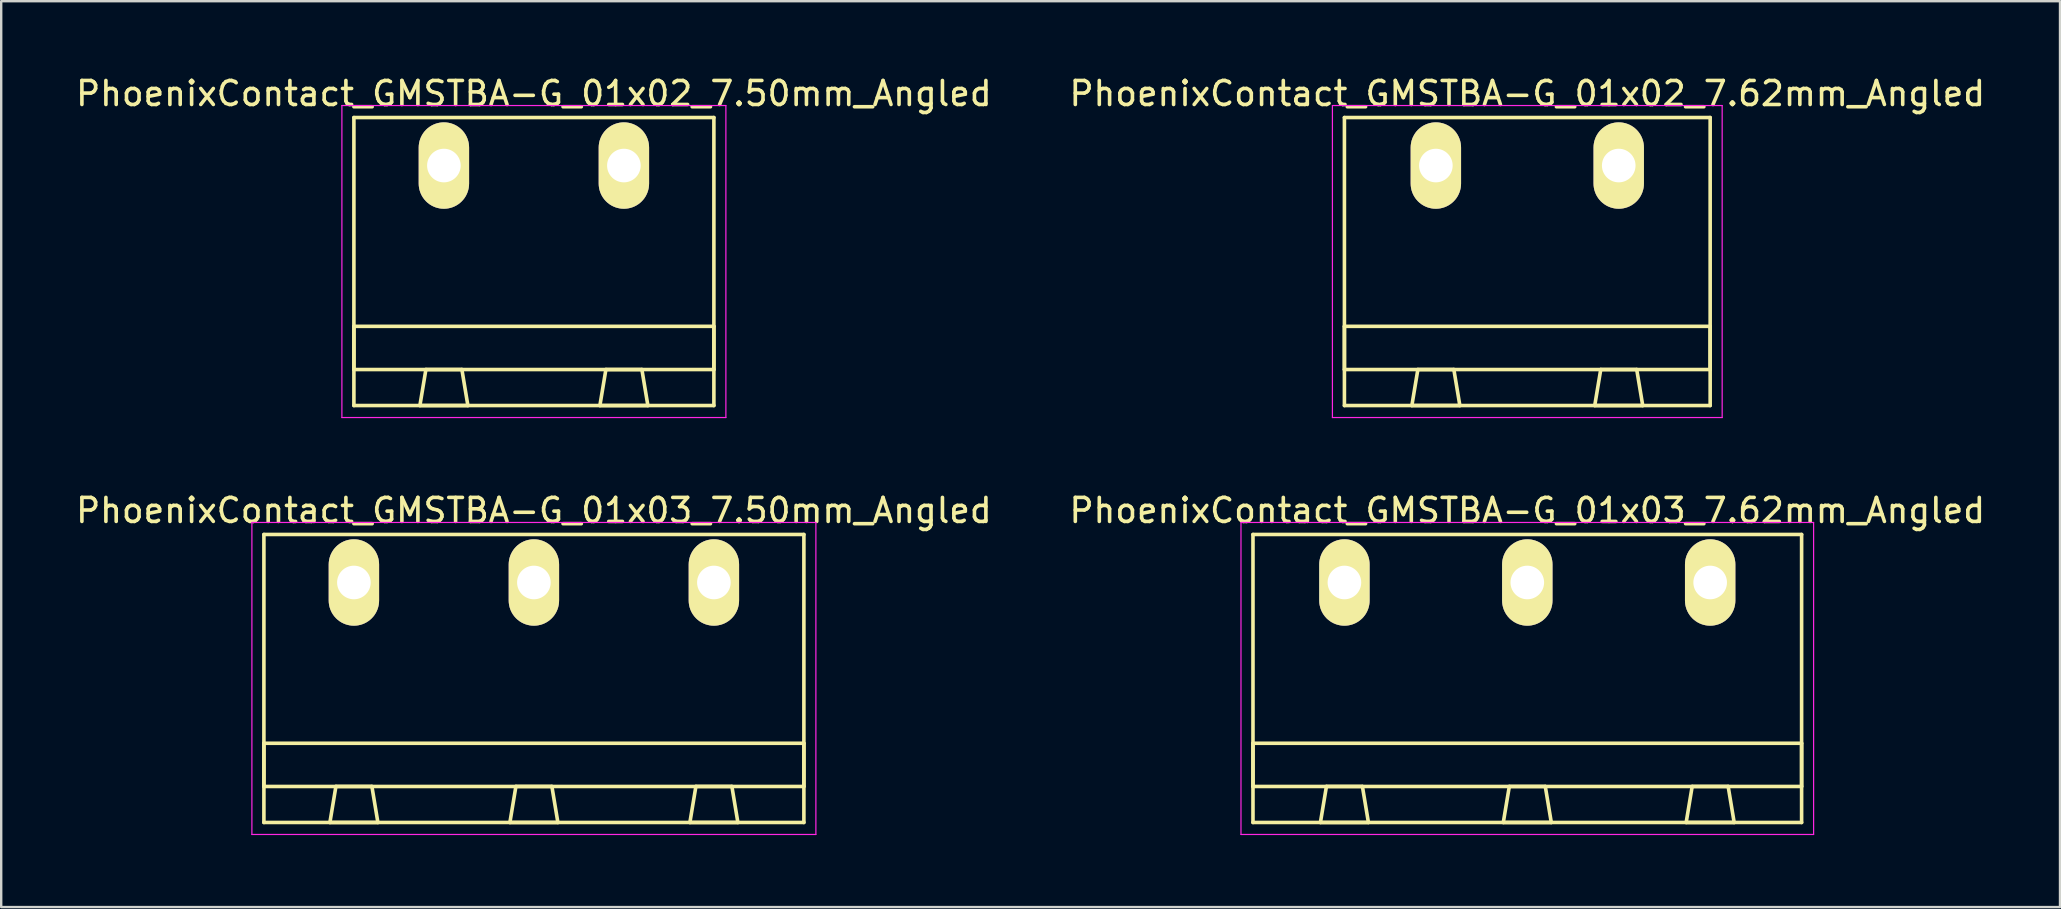
<source format=kicad_pcb>
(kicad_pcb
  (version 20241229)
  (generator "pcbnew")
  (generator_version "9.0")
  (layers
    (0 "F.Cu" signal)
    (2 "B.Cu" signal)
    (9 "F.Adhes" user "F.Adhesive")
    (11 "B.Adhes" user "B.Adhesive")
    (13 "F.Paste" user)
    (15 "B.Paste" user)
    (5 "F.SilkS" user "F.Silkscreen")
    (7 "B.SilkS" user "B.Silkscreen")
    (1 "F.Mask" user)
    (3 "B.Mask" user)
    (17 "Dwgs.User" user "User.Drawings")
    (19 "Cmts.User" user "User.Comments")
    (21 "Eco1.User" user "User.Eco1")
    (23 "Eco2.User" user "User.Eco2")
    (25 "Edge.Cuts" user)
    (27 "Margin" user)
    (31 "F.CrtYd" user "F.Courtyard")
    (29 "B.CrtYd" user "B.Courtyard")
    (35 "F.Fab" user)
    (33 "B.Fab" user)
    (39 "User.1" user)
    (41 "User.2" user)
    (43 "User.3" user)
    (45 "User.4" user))
  (footprint "PhoenixContact_GMSTBA-G_01x02_7.50mm_Angled"
    (layer "F.Cu")
    (at 15.446 3.848)
    (property "Reference" "PhoenixContact_GMSTBA-G_01x02_7.50mm_Angled" (at 3.75 -3 0) (layer "F.SilkS") (effects (font (size 1 1) (thickness 0.15))))
    (attr through_hole)
    (fp_line (start -3.75 -2) (end -3.75 10) (stroke (width 0.15) (type solid)) (layer "F.SilkS"))
    (fp_line (start -3.75 6.7) (end 11.25 6.7) (stroke (width 0.15) (type solid)) (layer "F.SilkS"))
    (fp_line (start -3.75 8.5) (end -3.75 6.7) (stroke (width 0.15) (type solid)) (layer "F.SilkS"))
    (fp_line (start -3.75 10) (end 11.25 10) (stroke (width 0.15) (type solid)) (layer "F.SilkS"))
    (fp_line (start -1 10) (end 1 10) (stroke (width 0.15) (type solid)) (layer "F.SilkS"))
    (fp_line (start -0.75 8.5) (end -1 10) (stroke (width 0.15) (type solid)) (layer "F.SilkS"))
    (fp_line (start 0.75 8.5) (end -0.75 8.5) (stroke (width 0.15) (type solid)) (layer "F.SilkS"))
    (fp_line (start 1 10) (end 0.75 8.5) (stroke (width 0.15) (type solid)) (layer "F.SilkS"))
    (fp_line (start 6.5 10) (end 8.5 10) (stroke (width 0.15) (type solid)) (layer "F.SilkS"))
    (fp_line (start 6.75 8.5) (end 6.5 10) (stroke (width 0.15) (type solid)) (layer "F.SilkS"))
    (fp_line (start 8.25 8.5) (end 6.75 8.5) (stroke (width 0.15) (type solid)) (layer "F.SilkS"))
    (fp_line (start 8.5 10) (end 8.25 8.5) (stroke (width 0.15) (type solid)) (layer "F.SilkS"))
    (fp_line (start 11.25 -2) (end -3.75 -2) (stroke (width 0.15) (type solid)) (layer "F.SilkS"))
    (fp_line (start 11.25 6.7) (end 11.25 8.5) (stroke (width 0.15) (type solid)) (layer "F.SilkS"))
    (fp_line (start 11.25 8.5) (end -3.75 8.5) (stroke (width 0.15) (type solid)) (layer "F.SilkS"))
    (fp_line (start 11.25 10) (end 11.25 -2) (stroke (width 0.15) (type solid)) (layer "F.SilkS"))
    (fp_line (start -4.25 -2.5) (end -4.25 10.5) (stroke (width 0.05) (type solid)) (layer "F.CrtYd"))
    (fp_line (start -4.25 10.5) (end 11.75 10.5) (stroke (width 0.05) (type solid)) (layer "F.CrtYd"))
    (fp_line (start 11.75 -2.5) (end -4.25 -2.5) (stroke (width 0.05) (type solid)) (layer "F.CrtYd"))
    (fp_line (start 11.75 10.5) (end 11.75 -2.5) (stroke (width 0.05) (type solid)) (layer "F.CrtYd"))
    (pad "1" thru_hole oval (at 0 0) (size 2.1 3.6) (drill 1.4) (layers "*.Cu" "*.Mask" "F.SilkS"))
    (pad "2" thru_hole oval (at 7.5 0) (size 2.1 3.6) (drill 1.4) (layers "*.Cu" "*.Mask" "F.SilkS")))
  (footprint "PhoenixContact_GMSTBA-G_01x03_7.62mm_Angled"
    (layer "F.Cu")
    (at 52.969 21.221)
    (property "Reference" "PhoenixContact_GMSTBA-G_01x03_7.62mm_Angled" (at 7.62 -3 0) (layer "F.SilkS") (effects (font (size 1 1) (thickness 0.15))))
    (attr through_hole)
    (fp_line (start -3.81 -2) (end -3.81 10) (stroke (width 0.15) (type solid)) (layer "F.SilkS"))
    (fp_line (start -3.81 6.7) (end 19.05 6.7) (stroke (width 0.15) (type solid)) (layer "F.SilkS"))
    (fp_line (start -3.81 8.5) (end -3.81 6.7) (stroke (width 0.15) (type solid)) (layer "F.SilkS"))
    (fp_line (start -3.81 10) (end 19.05 10) (stroke (width 0.15) (type solid)) (layer "F.SilkS"))
    (fp_line (start -1 10) (end 1 10) (stroke (width 0.15) (type solid)) (layer "F.SilkS"))
    (fp_line (start -0.75 8.5) (end -1 10) (stroke (width 0.15) (type solid)) (layer "F.SilkS"))
    (fp_line (start 0.75 8.5) (end -0.75 8.5) (stroke (width 0.15) (type solid)) (layer "F.SilkS"))
    (fp_line (start 1 10) (end 0.75 8.5) (stroke (width 0.15) (type solid)) (layer "F.SilkS"))
    (fp_line (start 6.62 10) (end 8.62 10) (stroke (width 0.15) (type solid)) (layer "F.SilkS"))
    (fp_line (start 6.87 8.5) (end 6.62 10) (stroke (width 0.15) (type solid)) (layer "F.SilkS"))
    (fp_line (start 8.37 8.5) (end 6.87 8.5) (stroke (width 0.15) (type solid)) (layer "F.SilkS"))
    (fp_line (start 8.62 10) (end 8.37 8.5) (stroke (width 0.15) (type solid)) (layer "F.SilkS"))
    (fp_line (start 14.24 10) (end 16.24 10) (stroke (width 0.15) (type solid)) (layer "F.SilkS"))
    (fp_line (start 14.49 8.5) (end 14.24 10) (stroke (width 0.15) (type solid)) (layer "F.SilkS"))
    (fp_line (start 15.99 8.5) (end 14.49 8.5) (stroke (width 0.15) (type solid)) (layer "F.SilkS"))
    (fp_line (start 16.24 10) (end 15.99 8.5) (stroke (width 0.15) (type solid)) (layer "F.SilkS"))
    (fp_line (start 19.05 -2) (end -3.81 -2) (stroke (width 0.15) (type solid)) (layer "F.SilkS"))
    (fp_line (start 19.05 6.7) (end 19.05 8.5) (stroke (width 0.15) (type solid)) (layer "F.SilkS"))
    (fp_line (start 19.05 8.5) (end -3.81 8.5) (stroke (width 0.15) (type solid)) (layer "F.SilkS"))
    (fp_line (start 19.05 10) (end 19.05 -2) (stroke (width 0.15) (type solid)) (layer "F.SilkS"))
    (fp_line (start -4.31 -2.5) (end -4.31 10.5) (stroke (width 0.05) (type solid)) (layer "F.CrtYd"))
    (fp_line (start -4.31 10.5) (end 19.55 10.5) (stroke (width 0.05) (type solid)) (layer "F.CrtYd"))
    (fp_line (start 19.55 -2.5) (end -4.31 -2.5) (stroke (width 0.05) (type solid)) (layer "F.CrtYd"))
    (fp_line (start 19.55 10.5) (end 19.55 -2.5) (stroke (width 0.05) (type solid)) (layer "F.CrtYd"))
    (pad "1" thru_hole oval (at 0 0) (size 2.1 3.6) (drill 1.4) (layers "*.Cu" "*.Mask" "F.SilkS"))
    (pad "2" thru_hole oval (at 7.62 0) (size 2.1 3.6) (drill 1.4) (layers "*.Cu" "*.Mask" "F.SilkS"))
    (pad "3" thru_hole oval (at 15.24 0) (size 2.1 3.6) (drill 1.4) (layers "*.Cu" "*.Mask" "F.SilkS")))
  (footprint "PhoenixContact_GMSTBA-G_01x02_7.62mm_Angled"
    (layer "F.Cu")
    (at 56.779 3.848)
    (property "Reference" "PhoenixContact_GMSTBA-G_01x02_7.62mm_Angled" (at 3.81 -3 0) (layer "F.SilkS") (effects (font (size 1 1) (thickness 0.15))))
    (attr through_hole)
    (fp_line (start -3.81 -2) (end -3.81 10) (stroke (width 0.15) (type solid)) (layer "F.SilkS"))
    (fp_line (start -3.81 6.7) (end 11.43 6.7) (stroke (width 0.15) (type solid)) (layer "F.SilkS"))
    (fp_line (start -3.81 8.5) (end -3.81 6.7) (stroke (width 0.15) (type solid)) (layer "F.SilkS"))
    (fp_line (start -3.81 10) (end 11.43 10) (stroke (width 0.15) (type solid)) (layer "F.SilkS"))
    (fp_line (start -1 10) (end 1 10) (stroke (width 0.15) (type solid)) (layer "F.SilkS"))
    (fp_line (start -0.75 8.5) (end -1 10) (stroke (width 0.15) (type solid)) (layer "F.SilkS"))
    (fp_line (start 0.75 8.5) (end -0.75 8.5) (stroke (width 0.15) (type solid)) (layer "F.SilkS"))
    (fp_line (start 1 10) (end 0.75 8.5) (stroke (width 0.15) (type solid)) (layer "F.SilkS"))
    (fp_line (start 6.62 10) (end 8.62 10) (stroke (width 0.15) (type solid)) (layer "F.SilkS"))
    (fp_line (start 6.87 8.5) (end 6.62 10) (stroke (width 0.15) (type solid)) (layer "F.SilkS"))
    (fp_line (start 8.37 8.5) (end 6.87 8.5) (stroke (width 0.15) (type solid)) (layer "F.SilkS"))
    (fp_line (start 8.62 10) (end 8.37 8.5) (stroke (width 0.15) (type solid)) (layer "F.SilkS"))
    (fp_line (start 11.43 -2) (end -3.81 -2) (stroke (width 0.15) (type solid)) (layer "F.SilkS"))
    (fp_line (start 11.43 6.7) (end 11.43 8.5) (stroke (width 0.15) (type solid)) (layer "F.SilkS"))
    (fp_line (start 11.43 8.5) (end -3.81 8.5) (stroke (width 0.15) (type solid)) (layer "F.SilkS"))
    (fp_line (start 11.43 10) (end 11.43 -2) (stroke (width 0.15) (type solid)) (layer "F.SilkS"))
    (fp_line (start -4.31 -2.5) (end -4.31 10.5) (stroke (width 0.05) (type solid)) (layer "F.CrtYd"))
    (fp_line (start -4.31 10.5) (end 11.93 10.5) (stroke (width 0.05) (type solid)) (layer "F.CrtYd"))
    (fp_line (start 11.93 -2.5) (end -4.31 -2.5) (stroke (width 0.05) (type solid)) (layer "F.CrtYd"))
    (fp_line (start 11.93 10.5) (end 11.93 -2.5) (stroke (width 0.05) (type solid)) (layer "F.CrtYd"))
    (pad "1" thru_hole oval (at 0 0) (size 2.1 3.6) (drill 1.4) (layers "*.Cu" "*.Mask" "F.SilkS"))
    (pad "2" thru_hole oval (at 7.62 0) (size 2.1 3.6) (drill 1.4) (layers "*.Cu" "*.Mask" "F.SilkS")))
  (footprint "PhoenixContact_GMSTBA-G_01x03_7.50mm_Angled"
    (layer "F.Cu")
    (at 11.696 21.221)
    (property "Reference" "PhoenixContact_GMSTBA-G_01x03_7.50mm_Angled" (at 7.5 -3 0) (layer "F.SilkS") (effects (font (size 1 1) (thickness 0.15))))
    (attr through_hole)
    (fp_line (start -3.75 -2) (end -3.75 10) (stroke (width 0.15) (type solid)) (layer "F.SilkS"))
    (fp_line (start -3.75 6.7) (end 18.75 6.7) (stroke (width 0.15) (type solid)) (layer "F.SilkS"))
    (fp_line (start -3.75 8.5) (end -3.75 6.7) (stroke (width 0.15) (type solid)) (layer "F.SilkS"))
    (fp_line (start -3.75 10) (end 18.75 10) (stroke (width 0.15) (type solid)) (layer "F.SilkS"))
    (fp_line (start -1 10) (end 1 10) (stroke (width 0.15) (type solid)) (layer "F.SilkS"))
    (fp_line (start -0.75 8.5) (end -1 10) (stroke (width 0.15) (type solid)) (layer "F.SilkS"))
    (fp_line (start 0.75 8.5) (end -0.75 8.5) (stroke (width 0.15) (type solid)) (layer "F.SilkS"))
    (fp_line (start 1 10) (end 0.75 8.5) (stroke (width 0.15) (type solid)) (layer "F.SilkS"))
    (fp_line (start 6.5 10) (end 8.5 10) (stroke (width 0.15) (type solid)) (layer "F.SilkS"))
    (fp_line (start 6.75 8.5) (end 6.5 10) (stroke (width 0.15) (type solid)) (layer "F.SilkS"))
    (fp_line (start 8.25 8.5) (end 6.75 8.5) (stroke (width 0.15) (type solid)) (layer "F.SilkS"))
    (fp_line (start 8.5 10) (end 8.25 8.5) (stroke (width 0.15) (type solid)) (layer "F.SilkS"))
    (fp_line (start 14 10) (end 16 10) (stroke (width 0.15) (type solid)) (layer "F.SilkS"))
    (fp_line (start 14.25 8.5) (end 14 10) (stroke (width 0.15) (type solid)) (layer "F.SilkS"))
    (fp_line (start 15.75 8.5) (end 14.25 8.5) (stroke (width 0.15) (type solid)) (layer "F.SilkS"))
    (fp_line (start 16 10) (end 15.75 8.5) (stroke (width 0.15) (type solid)) (layer "F.SilkS"))
    (fp_line (start 18.75 -2) (end -3.75 -2) (stroke (width 0.15) (type solid)) (layer "F.SilkS"))
    (fp_line (start 18.75 6.7) (end 18.75 8.5) (stroke (width 0.15) (type solid)) (layer "F.SilkS"))
    (fp_line (start 18.75 8.5) (end -3.75 8.5) (stroke (width 0.15) (type solid)) (layer "F.SilkS"))
    (fp_line (start 18.75 10) (end 18.75 -2) (stroke (width 0.15) (type solid)) (layer "F.SilkS"))
    (fp_line (start -4.25 -2.5) (end -4.25 10.5) (stroke (width 0.05) (type solid)) (layer "F.CrtYd"))
    (fp_line (start -4.25 10.5) (end 19.25 10.5) (stroke (width 0.05) (type solid)) (layer "F.CrtYd"))
    (fp_line (start 19.25 -2.5) (end -4.25 -2.5) (stroke (width 0.05) (type solid)) (layer "F.CrtYd"))
    (fp_line (start 19.25 10.5) (end 19.25 -2.5) (stroke (width 0.05) (type solid)) (layer "F.CrtYd"))
    (pad "1" thru_hole oval (at 0 0) (size 2.1 3.6) (drill 1.4) (layers "*.Cu" "*.Mask" "F.SilkS"))
    (pad "2" thru_hole oval (at 7.5 0) (size 2.1 3.6) (drill 1.4) (layers "*.Cu" "*.Mask" "F.SilkS"))
    (pad "3" thru_hole oval (at 15 0) (size 2.1 3.6) (drill 1.4) (layers "*.Cu" "*.Mask" "F.SilkS")))
  (gr_rect
    (start -3 -3)
    (end 82.786 34.746)
    (stroke (width 0.1) (type default))
    (fill no)
    (layer "Edge.Cuts")))
</source>
